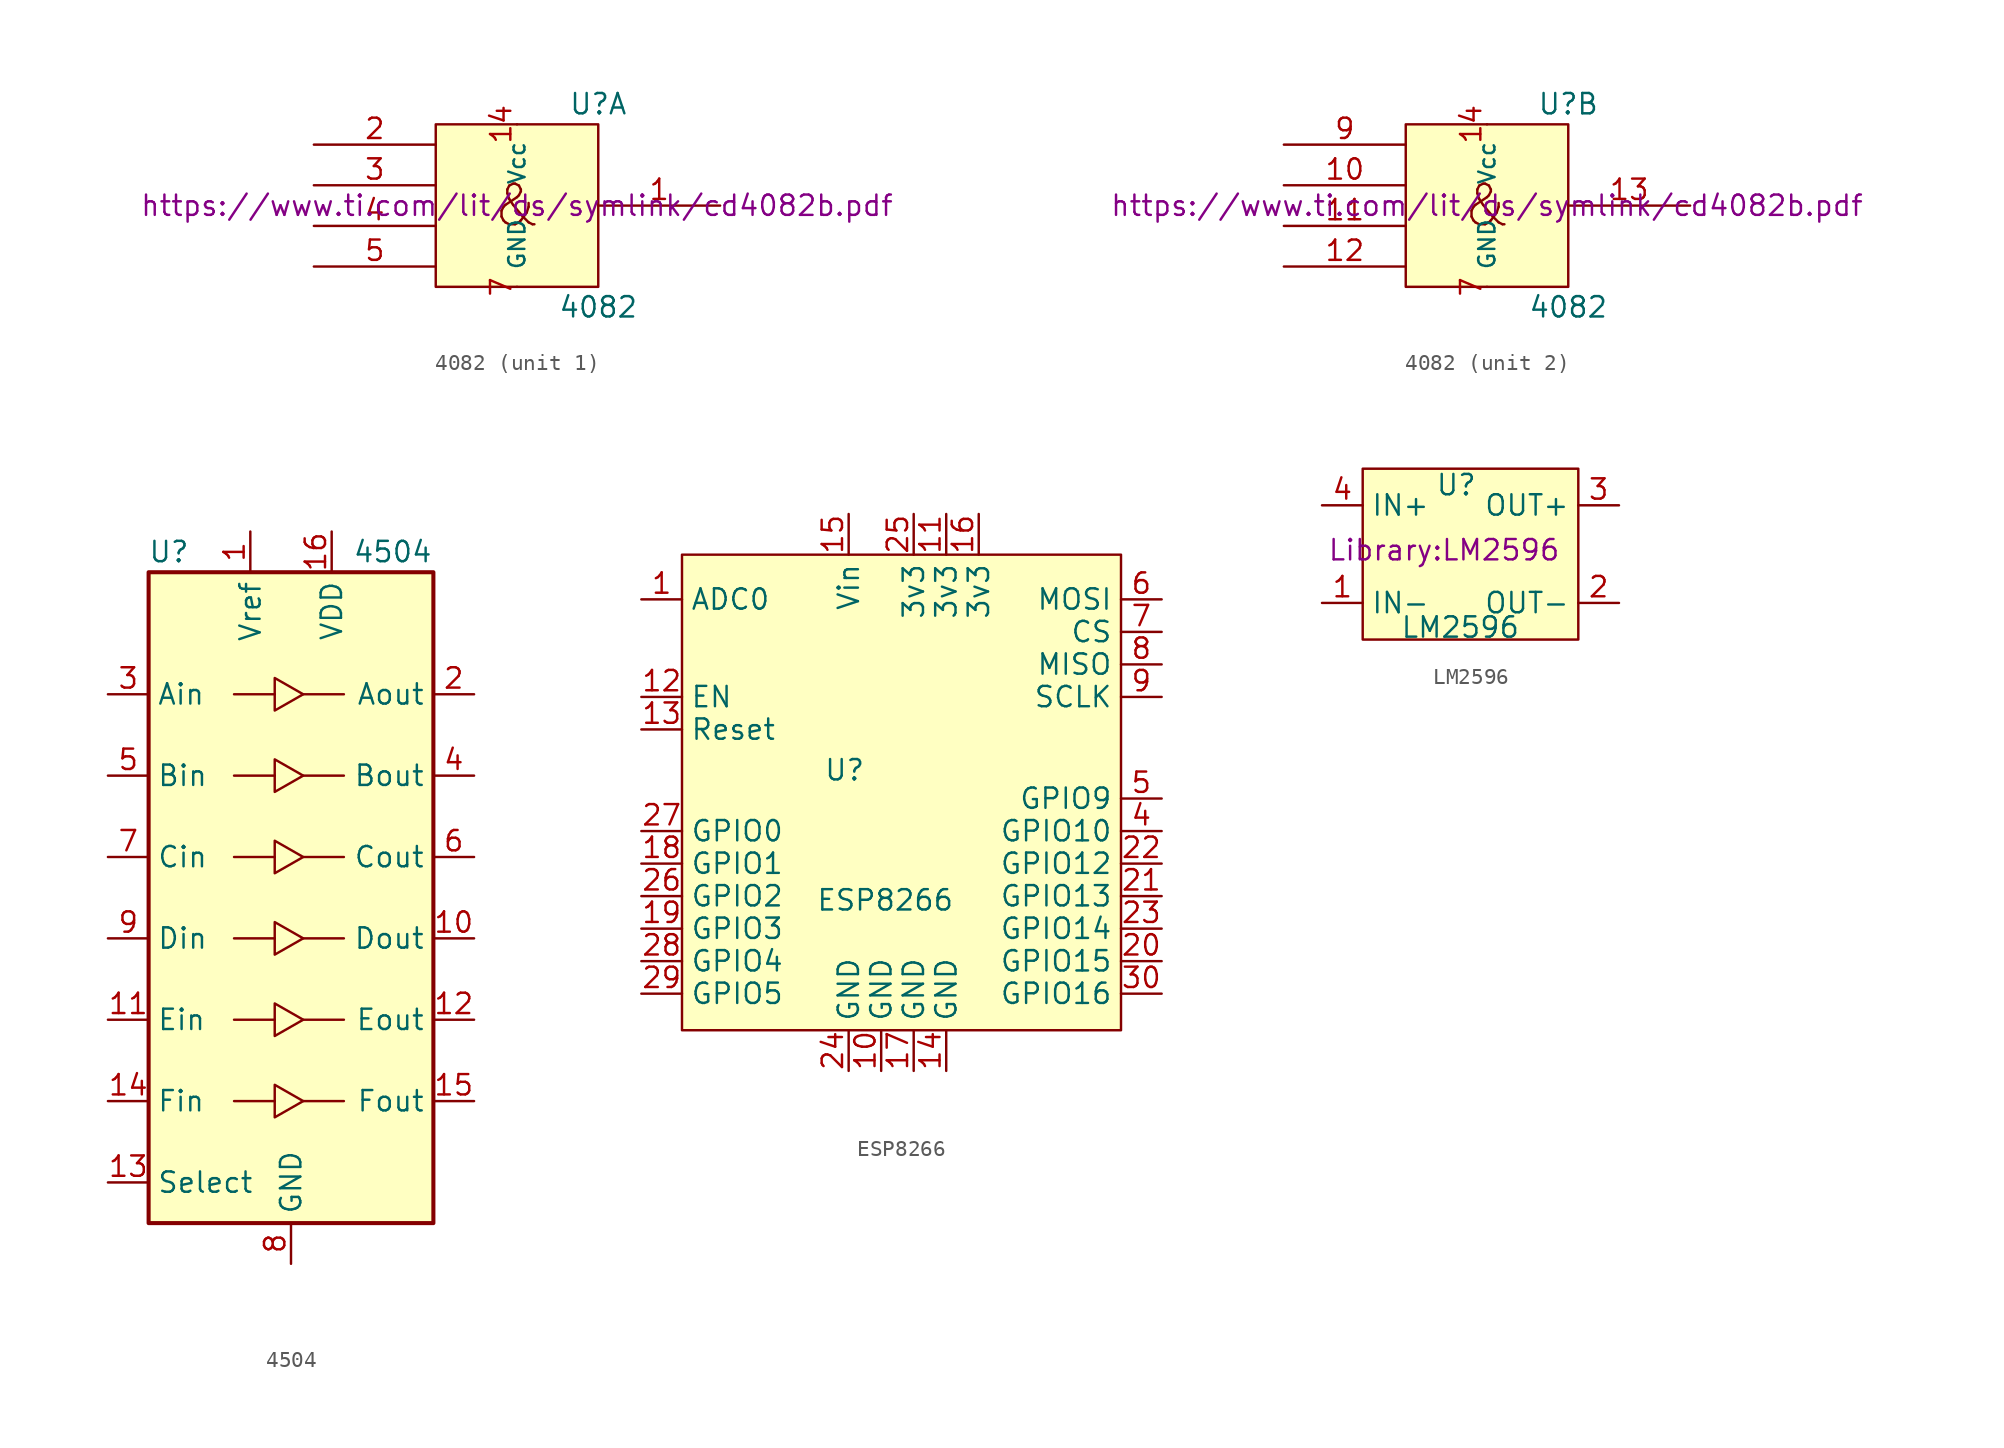
<source format=kicad_sym>
(kicad_symbol_lib
  (version 20211014)
  (generator kicad_symbol_editor)
  (symbol "4082"
    (pin_names
      (offset 1.016))
    (property "Reference" "U"
      (at 5.08 6.35 0)
      (effects (font (size 1.27 1.27))))
    (property "Value" "4082"
      (at 5.08 -6.35 0)
      (effects (font (size 1.27 1.27))))
    (property "Datasheet" "https://www.ti.com/lit/ds/symlink/cd4082b.pdf"
      (at 0 0 0)
      (effects (font (size 1.27 1.27))))
    (symbol "4082_0_0"
      (text "&" (at 0 0 0) (effects (font (size 2.54 2.54))))
      (pin power_in line (at 0 5.08 270) (length 0) (name "Vcc" (effects (font (size 1.016 1.016)))) (number "14" (effects (font (size 1.27 1.27)))))
      (pin power_in line (at 0 -5.08 90) (length 0) (name "GND" (effects (font (size 1.016 1.016)))) (number "7" (effects (font (size 1.27 1.27))))))
    (symbol "4082_0_1"
      (rectangle (start -5.08 5.08) (end 5.08 -5.08) (stroke (width 0) (type default) (color 0 0 0 0)) (fill (type background))))
    (symbol "4082_1_1"
      (pin output line (at 12.7 0 180) (length 7.62) (name "~" (effects (font (size 1.27 1.27)))) (number "1" (effects (font (size 1.27 1.27)))))
      (pin input line (at -12.7 3.81 0) (length 7.62) (name "~" (effects (font (size 1.27 1.27)))) (number "2" (effects (font (size 1.27 1.27)))))
      (pin input line (at -12.7 1.27 0) (length 7.62) (name "~" (effects (font (size 1.27 1.27)))) (number "3" (effects (font (size 1.27 1.27)))))
      (pin input line (at -12.7 -1.27 0) (length 7.62) (name "~" (effects (font (size 1.27 1.27)))) (number "4" (effects (font (size 1.27 1.27)))))
      (pin input line (at -12.7 -3.81 0) (length 7.62) (name "~" (effects (font (size 1.016 1.016)))) (number "5" (effects (font (size 1.27 1.27)))))
      (pin no_connect line (at 5.08 -4.318 180) (length 0) hide (name "N.C." (effects (font (size 1.27 1.27)))) (number "6" (effects (font (size 1.27 1.27))))))
    (symbol "4082_2_1"
      (pin input line (at -12.7 1.27 0) (length 7.62) (name "~" (effects (font (size 1.27 1.27)))) (number "10" (effects (font (size 1.27 1.27)))))
      (pin input line (at -12.7 -1.27 0) (length 7.62) (name "~" (effects (font (size 1.27 1.27)))) (number "11" (effects (font (size 1.27 1.27)))))
      (pin input line (at -12.7 -3.81 0) (length 7.62) (name "~" (effects (font (size 1.016 1.016)))) (number "12" (effects (font (size 1.27 1.27)))))
      (pin output line (at 12.7 0 180) (length 7.62) (name "~" (effects (font (size 1.27 1.27)))) (number "13" (effects (font (size 1.27 1.27)))))
      (pin no_connect line (at 5.08 -4.318 180) (length 0) hide (name "N.C." (effects (font (size 1.27 1.27)))) (number "8" (effects (font (size 1.27 1.27)))))
      (pin input line (at -12.7 3.81 0) (length 7.62) (name "~" (effects (font (size 1.27 1.27)))) (number "9" (effects (font (size 1.27 1.27)))))))
  (symbol "4504"
    (property "Reference" "U"
      (at -7.62 21.59 0)
      (effects (font (size 1.27 1.27))))
    (property "Value" "4504"
      (at 6.35 21.59 0)
      (effects (font (size 1.27 1.27))))
    (symbol "4504_0_1"
      (polyline (pts (xy -3.556 -12.7) (xy -1.016 -12.7)) (stroke (width 0) (type default) (color 0 0 0 0)) (fill (type none)))
      (polyline (pts (xy -3.556 -7.62) (xy -1.016 -7.62)) (stroke (width 0) (type default) (color 0 0 0 0)) (fill (type none)))
      (polyline (pts (xy -3.556 -2.54) (xy -1.016 -2.54)) (stroke (width 0) (type default) (color 0 0 0 0)) (fill (type none)))
      (polyline (pts (xy -3.556 2.54) (xy -1.016 2.54)) (stroke (width 0) (type default) (color 0 0 0 0)) (fill (type none)))
      (polyline (pts (xy -3.556 7.62) (xy -1.016 7.62)) (stroke (width 0) (type default) (color 0 0 0 0)) (fill (type none)))
      (polyline (pts (xy -3.556 12.7) (xy -1.016 12.7)) (stroke (width 0) (type default) (color 0 0 0 0)) (fill (type none)))
      (polyline (pts (xy 0.762 -12.7) (xy 3.302 -12.7)) (stroke (width 0) (type default) (color 0 0 0 0)) (fill (type none)))
      (polyline (pts (xy 0.762 -7.62) (xy 3.302 -7.62)) (stroke (width 0) (type default) (color 0 0 0 0)) (fill (type none)))
      (polyline (pts (xy 0.762 -2.54) (xy 3.302 -2.54)) (stroke (width 0) (type default) (color 0 0 0 0)) (fill (type none)))
      (polyline (pts (xy 0.762 2.54) (xy 3.302 2.54)) (stroke (width 0) (type default) (color 0 0 0 0)) (fill (type none)))
      (polyline (pts (xy 0.762 7.62) (xy 3.302 7.62)) (stroke (width 0) (type default) (color 0 0 0 0)) (fill (type none)))
      (polyline (pts (xy 0.762 12.7) (xy 3.302 12.7)) (stroke (width 0) (type default) (color 0 0 0 0)) (fill (type none))))
    (symbol "4504_1_1"
      (rectangle (start -8.89 20.32) (end 8.89 -20.32) (stroke (width 0.254) (type default) (color 0 0 0 0)) (fill (type background)))
      (polyline (pts (xy 0.762 -12.7) (xy -1.016 -13.716) (xy -1.016 -11.684) (xy 0.762 -12.7)) (stroke (width 0) (type default) (color 0 0 0 0)) (fill (type none)))
      (polyline (pts (xy 0.762 -7.62) (xy -1.016 -8.636) (xy -1.016 -6.604) (xy 0.762 -7.62)) (stroke (width 0) (type default) (color 0 0 0 0)) (fill (type none)))
      (polyline (pts (xy 0.762 -2.54) (xy -1.016 -3.556) (xy -1.016 -1.524) (xy 0.762 -2.54)) (stroke (width 0) (type default) (color 0 0 0 0)) (fill (type none)))
      (polyline (pts (xy 0.762 2.54) (xy -1.016 1.524) (xy -1.016 3.556) (xy 0.762 2.54)) (stroke (width 0) (type default) (color 0 0 0 0)) (fill (type none)))
      (polyline (pts (xy 0.762 7.62) (xy -1.016 6.604) (xy -1.016 8.636) (xy 0.762 7.62)) (stroke (width 0) (type default) (color 0 0 0 0)) (fill (type none)))
      (polyline (pts (xy 0.762 12.7) (xy -1.016 11.684) (xy -1.016 13.716) (xy 0.762 12.7)) (stroke (width 0) (type default) (color 0 0 0 0)) (fill (type none)))
      (pin passive line (at -2.54 22.86 270) (length 2.54) (name "Vref" (effects (font (size 1.27 1.27)))) (number "1" (effects (font (size 1.27 1.27)))))
      (pin output line (at 11.43 -2.54 180) (length 2.54) (name "Dout" (effects (font (size 1.27 1.27)))) (number "10" (effects (font (size 1.27 1.27)))))
      (pin input line (at -11.43 -7.62 0) (length 2.54) (name "Ein" (effects (font (size 1.27 1.27)))) (number "11" (effects (font (size 1.27 1.27)))))
      (pin output line (at 11.43 -7.62 180) (length 2.54) (name "Eout" (effects (font (size 1.27 1.27)))) (number "12" (effects (font (size 1.27 1.27)))))
      (pin input line (at -11.43 -17.78 0) (length 2.54) (name "Select" (effects (font (size 1.27 1.27)))) (number "13" (effects (font (size 1.27 1.27)))))
      (pin input line (at -11.43 -12.7 0) (length 2.54) (name "Fin" (effects (font (size 1.27 1.27)))) (number "14" (effects (font (size 1.27 1.27)))))
      (pin output line (at 11.43 -12.7 180) (length 2.54) (name "Fout" (effects (font (size 1.27 1.27)))) (number "15" (effects (font (size 1.27 1.27)))))
      (pin power_in line (at 2.54 22.86 270) (length 2.54) (name "VDD" (effects (font (size 1.27 1.27)))) (number "16" (effects (font (size 1.27 1.27)))))
      (pin output line (at 11.43 12.7 180) (length 2.54) (name "Aout" (effects (font (size 1.27 1.27)))) (number "2" (effects (font (size 1.27 1.27)))))
      (pin input line (at -11.43 12.7 0) (length 2.54) (name "Ain" (effects (font (size 1.27 1.27)))) (number "3" (effects (font (size 1.27 1.27)))))
      (pin output line (at 11.43 7.62 180) (length 2.54) (name "Bout" (effects (font (size 1.27 1.27)))) (number "4" (effects (font (size 1.27 1.27)))))
      (pin input line (at -11.43 7.62 0) (length 2.54) (name "Bin" (effects (font (size 1.27 1.27)))) (number "5" (effects (font (size 1.27 1.27)))))
      (pin output line (at 11.43 2.54 180) (length 2.54) (name "Cout" (effects (font (size 1.27 1.27)))) (number "6" (effects (font (size 1.27 1.27)))))
      (pin input line (at -11.43 2.54 0) (length 2.54) (name "Cin" (effects (font (size 1.27 1.27)))) (number "7" (effects (font (size 1.27 1.27)))))
      (pin power_in line (at 0 -22.86 90) (length 2.54) (name "GND" (effects (font (size 1.27 1.27)))) (number "8" (effects (font (size 1.27 1.27)))))
      (pin input line (at -11.43 -2.54 0) (length 2.54) (name "Din" (effects (font (size 1.27 1.27)))) (number "9" (effects (font (size 1.27 1.27)))))))
  (symbol "ESP8266"
    (property "Reference" "U"
      (at -3.302 1.27 0)
      (effects (font (size 1.27 1.27))))
    (property "Value" "ESP8266"
      (at -0.762 -6.858 0)
      (effects (font (size 1.27 1.27))))
    (symbol "ESP8266_0_1"
      (rectangle (start -13.462 14.732) (end 13.97 -14.986) (stroke (width 0) (type default) (color 0 0 0 0)) (fill (type background))))
    (symbol "ESP8266_1_1"
      (pin bidirectional line (at -16.002 11.938 0) (length 2.54) (name "ADC0" (effects (font (size 1.27 1.27)))) (number "1" (effects (font (size 1.27 1.27)))))
      (pin power_in line (at -1.016 -17.526 90) (length 2.54) (name "GND" (effects (font (size 1.27 1.27)))) (number "10" (effects (font (size 1.27 1.27)))))
      (pin passive line (at 3.048 17.272 270) (length 2.54) (name "3v3" (effects (font (size 1.27 1.27)))) (number "11" (effects (font (size 1.27 1.27)))))
      (pin passive line (at -16.002 5.842 0) (length 2.54) (name "EN" (effects (font (size 1.27 1.27)))) (number "12" (effects (font (size 1.27 1.27)))))
      (pin passive line (at -16.002 3.81 0) (length 2.54) (name "Reset" (effects (font (size 1.27 1.27)))) (number "13" (effects (font (size 1.27 1.27)))))
      (pin power_in line (at 3.048 -17.526 90) (length 2.54) (name "GND" (effects (font (size 1.27 1.27)))) (number "14" (effects (font (size 1.27 1.27)))))
      (pin power_in line (at -3.048 17.272 270) (length 2.54) (name "Vin" (effects (font (size 1.27 1.27)))) (number "15" (effects (font (size 1.27 1.27)))))
      (pin passive line (at 5.08 17.272 270) (length 2.54) (name "3v3" (effects (font (size 1.27 1.27)))) (number "16" (effects (font (size 1.27 1.27)))))
      (pin power_in line (at 1.016 -17.526 90) (length 2.54) (name "GND" (effects (font (size 1.27 1.27)))) (number "17" (effects (font (size 1.27 1.27)))))
      (pin bidirectional line (at -16.002 -4.572 0) (length 2.54) (name "GPIO1" (effects (font (size 1.27 1.27)))) (number "18" (effects (font (size 1.27 1.27)))))
      (pin bidirectional line (at -16.002 -8.636 0) (length 2.54) (name "GPIO3" (effects (font (size 1.27 1.27)))) (number "19" (effects (font (size 1.27 1.27)))))
      (pin unspecified line (at -16.002 9.906 0) (length 2.54) hide (name "Reserved" (effects (font (size 1.27 1.27)))) (number "2" (effects (font (size 1.27 1.27)))))
      (pin bidirectional line (at 16.51 -10.668 180) (length 2.54) (name "GPIO15" (effects (font (size 1.27 1.27)))) (number "20" (effects (font (size 1.27 1.27)))))
      (pin bidirectional line (at 16.51 -6.604 180) (length 2.54) (name "GPIO13" (effects (font (size 1.27 1.27)))) (number "21" (effects (font (size 1.27 1.27)))))
      (pin bidirectional line (at 16.51 -4.572 180) (length 2.54) (name "GPIO12" (effects (font (size 1.27 1.27)))) (number "22" (effects (font (size 1.27 1.27)))))
      (pin bidirectional line (at 16.51 -8.636 180) (length 2.54) (name "GPIO14" (effects (font (size 1.27 1.27)))) (number "23" (effects (font (size 1.27 1.27)))))
      (pin power_in line (at -3.048 -17.526 90) (length 2.54) (name "GND" (effects (font (size 1.27 1.27)))) (number "24" (effects (font (size 1.27 1.27)))))
      (pin power_out line (at 1.016 17.272 270) (length 2.54) (name "3v3" (effects (font (size 1.27 1.27)))) (number "25" (effects (font (size 1.27 1.27)))))
      (pin bidirectional line (at -16.002 -6.604 0) (length 2.54) (name "GPIO2" (effects (font (size 1.27 1.27)))) (number "26" (effects (font (size 1.27 1.27)))))
      (pin bidirectional line (at -16.002 -2.54 0) (length 2.54) (name "GPIO0" (effects (font (size 1.27 1.27)))) (number "27" (effects (font (size 1.27 1.27)))))
      (pin bidirectional line (at -16.002 -10.668 0) (length 2.54) (name "GPIO4" (effects (font (size 1.27 1.27)))) (number "28" (effects (font (size 1.27 1.27)))))
      (pin bidirectional line (at -16.002 -12.7 0) (length 2.54) (name "GPIO5" (effects (font (size 1.27 1.27)))) (number "29" (effects (font (size 1.27 1.27)))))
      (pin unspecified line (at -16.002 7.874 0) (length 2.54) hide (name "Reserved" (effects (font (size 1.27 1.27)))) (number "3" (effects (font (size 1.27 1.27)))))
      (pin bidirectional line (at 16.51 -12.7 180) (length 2.54) (name "GPIO16" (effects (font (size 1.27 1.27)))) (number "30" (effects (font (size 1.27 1.27)))))
      (pin bidirectional line (at 16.51 -2.54 180) (length 2.54) (name "GPIO10" (effects (font (size 1.27 1.27)))) (number "4" (effects (font (size 1.27 1.27)))))
      (pin bidirectional line (at 16.51 -0.508 180) (length 2.54) (name "GPIO9" (effects (font (size 1.27 1.27)))) (number "5" (effects (font (size 1.27 1.27)))))
      (pin bidirectional line (at 16.51 11.938 180) (length 2.54) (name "MOSI" (effects (font (size 1.27 1.27)))) (number "6" (effects (font (size 1.27 1.27)))))
      (pin bidirectional line (at 16.51 9.906 180) (length 2.54) (name "CS" (effects (font (size 1.27 1.27)))) (number "7" (effects (font (size 1.27 1.27)))))
      (pin bidirectional line (at 16.51 7.874 180) (length 2.54) (name "MISO" (effects (font (size 1.27 1.27)))) (number "8" (effects (font (size 1.27 1.27)))))
      (pin bidirectional line (at 16.51 5.842 180) (length 2.54) (name "SCLK" (effects (font (size 1.27 1.27)))) (number "9" (effects (font (size 1.27 1.27)))))))
  (symbol "LM2596"
    (property "Reference" "U"
      (at -1.016 4.064 0)
      (effects (font (size 1.27 1.27))))
    (property "Value" "LM2596"
      (at -0.762 -4.826 0)
      (effects (font (size 1.27 1.27))))
    (property "Footprint" "Library:LM2596"
      (at -1.778 0 0)
      (effects (font (size 1.27 1.27))))
    (symbol "LM2596_0_1"
      (rectangle (start -6.858 5.08) (end 6.604 -5.588) (stroke (width 0) (type default) (color 0 0 0 0)) (fill (type background))))
    (symbol "LM2596_1_1"
      (pin power_in line (at -9.398 -3.302 0) (length 2.54) (name "IN-" (effects (font (size 1.27 1.27)))) (number "1" (effects (font (size 1.27 1.27)))))
      (pin passive line (at 9.144 -3.302 180) (length 2.54) (name "OUT-" (effects (font (size 1.27 1.27)))) (number "2" (effects (font (size 1.27 1.27)))))
      (pin power_out line (at 9.144 2.794 180) (length 2.54) (name "OUT+" (effects (font (size 1.27 1.27)))) (number "3" (effects (font (size 1.27 1.27)))))
      (pin power_in line (at -9.398 2.794 0) (length 2.54) (name "IN+" (effects (font (size 1.27 1.27)))) (number "4" (effects (font (size 1.27 1.27))))))))
</source>
